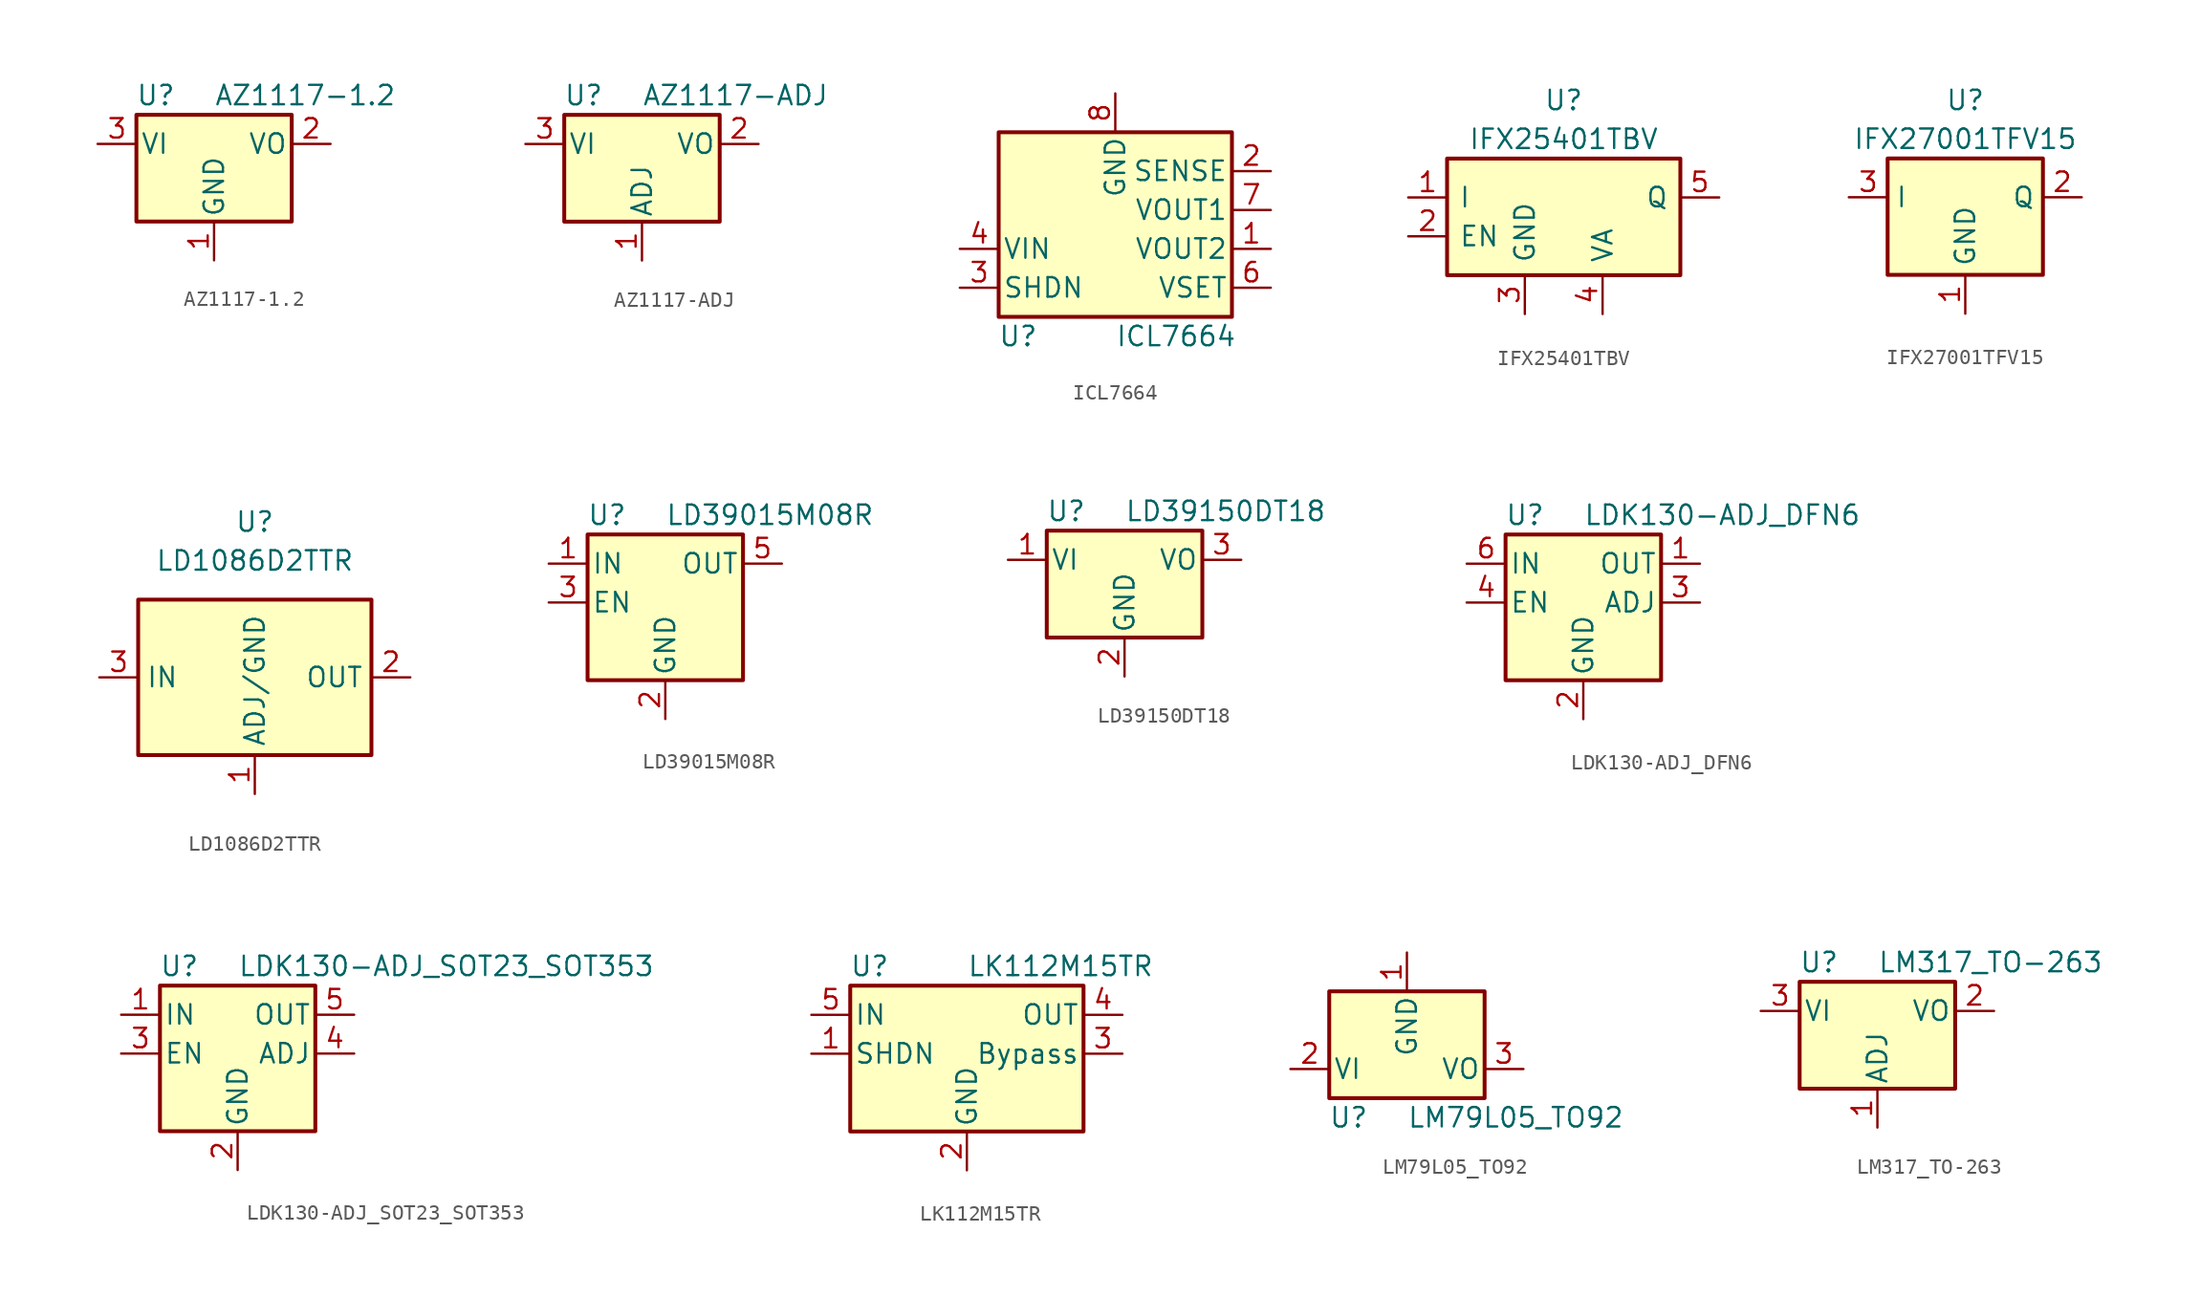
<source format=kicad_sym>
(kicad_symbol_lib
  (version 20211014)
  (generator kicad_symbol_editor)
  (symbol "AZ1117-1.2"
    (pin_names
      (offset 0.254))
    (property "Reference" "U"
      (at -3.81 3.175 0)
      (effects (font (size 1.27 1.27))))
    (property "Value" "AZ1117-1.2"
      (at 0 3.175 0)
      (effects (font (size 1.27 1.27)) (justify left)))
    (symbol "AZ1117-1.2_0_1"
      (rectangle (start -5.08 1.905) (end 5.08 -5.08) (stroke (width 0.254) (type default) (color 0 0 0 0)) (fill (type background))))
    (symbol "AZ1117-1.2_1_1"
      (pin power_in line (at 0 -7.62 90) (length 2.54) (name "GND" (effects (font (size 1.27 1.27)))) (number "1" (effects (font (size 1.27 1.27)))))
      (pin power_out line (at 7.62 0 180) (length 2.54) (name "VO" (effects (font (size 1.27 1.27)))) (number "2" (effects (font (size 1.27 1.27)))))
      (pin power_in line (at -7.62 0 0) (length 2.54) (name "VI" (effects (font (size 1.27 1.27)))) (number "3" (effects (font (size 1.27 1.27)))))))
  (symbol "AZ1117-ADJ"
    (pin_names
      (offset 0.254))
    (property "Reference" "U"
      (at -3.81 3.175 0)
      (effects (font (size 1.27 1.27))))
    (property "Value" "AZ1117-ADJ"
      (at 0 3.175 0)
      (effects (font (size 1.27 1.27)) (justify left)))
    (symbol "AZ1117-ADJ_0_1"
      (rectangle (start -5.08 1.905) (end 5.08 -5.08) (stroke (width 0.254) (type default) (color 0 0 0 0)) (fill (type background))))
    (symbol "AZ1117-ADJ_1_1"
      (pin input line (at 0 -7.62 90) (length 2.54) (name "ADJ" (effects (font (size 1.27 1.27)))) (number "1" (effects (font (size 1.27 1.27)))))
      (pin power_out line (at 7.62 0 180) (length 2.54) (name "VO" (effects (font (size 1.27 1.27)))) (number "2" (effects (font (size 1.27 1.27)))))
      (pin power_in line (at -7.62 0 0) (length 2.54) (name "VI" (effects (font (size 1.27 1.27)))) (number "3" (effects (font (size 1.27 1.27)))))))
  (symbol "ICL7664"
    (pin_names
      (offset 0.254))
    (property "Reference" "U"
      (at -6.35 -8.255 0)
      (effects (font (size 1.27 1.27))))
    (property "Value" "ICL7664"
      (at 0 -8.255 0)
      (effects (font (size 1.27 1.27)) (justify left)))
    (symbol "ICL7664_0_1"
      (rectangle (start -7.62 -6.985) (end 7.62 5.08) (stroke (width 0.254) (type default) (color 0 0 0 0)) (fill (type background))))
    (symbol "ICL7664_1_1"
      (pin power_out line (at 10.16 -2.54 180) (length 2.54) (name "VOUT2" (effects (font (size 1.27 1.27)))) (number "1" (effects (font (size 1.27 1.27)))))
      (pin input line (at 10.16 2.54 180) (length 2.54) (name "SENSE" (effects (font (size 1.27 1.27)))) (number "2" (effects (font (size 1.27 1.27)))))
      (pin input line (at -10.16 -5.08 0) (length 2.54) (name "SHDN" (effects (font (size 1.27 1.27)))) (number "3" (effects (font (size 1.27 1.27)))))
      (pin power_in line (at -10.16 -2.54 0) (length 2.54) (name "VIN" (effects (font (size 1.27 1.27)))) (number "4" (effects (font (size 1.27 1.27)))))
      (pin input line (at -10.16 -5.08 0) (length 2.54) hide (name "SHDN" (effects (font (size 1.27 1.27)))) (number "5" (effects (font (size 1.27 1.27)))))
      (pin input line (at 10.16 -5.08 180) (length 2.54) (name "VSET" (effects (font (size 1.27 1.27)))) (number "6" (effects (font (size 1.27 1.27)))))
      (pin power_out line (at 10.16 0 180) (length 2.54) (name "VOUT1" (effects (font (size 1.27 1.27)))) (number "7" (effects (font (size 1.27 1.27)))))
      (pin power_in line (at 0 7.62 270) (length 2.54) (name "GND" (effects (font (size 1.27 1.27)))) (number "8" (effects (font (size 1.27 1.27)))))))
  (symbol "IFX25401TBV"
    (pin_names
      (offset 0.762))
    (property "Reference" "U"
      (at 0 6.35 0)
      (effects (font (size 1.27 1.27))))
    (property "Value" "IFX25401TBV"
      (at 0 3.81 0)
      (effects (font (size 1.27 1.27))))
    (symbol "IFX25401TBV_0_1"
      (rectangle (start -7.62 2.54) (end 7.62 -5.08) (stroke (width 0.254) (type default) (color 0 0 0 0)) (fill (type background))))
    (symbol "IFX25401TBV_1_1"
      (pin power_in line (at -10.16 0 0) (length 2.54) (name "I" (effects (font (size 1.27 1.27)))) (number "1" (effects (font (size 1.27 1.27)))))
      (pin input line (at -10.16 -2.54 0) (length 2.54) (name "EN" (effects (font (size 1.27 1.27)))) (number "2" (effects (font (size 1.27 1.27)))))
      (pin power_in line (at -2.54 -7.62 90) (length 2.54) (name "GND" (effects (font (size 1.27 1.27)))) (number "3" (effects (font (size 1.27 1.27)))))
      (pin input line (at 2.54 -7.62 90) (length 2.54) (name "VA" (effects (font (size 1.27 1.27)))) (number "4" (effects (font (size 1.27 1.27)))))
      (pin power_out line (at 10.16 0 180) (length 2.54) (name "Q" (effects (font (size 1.27 1.27)))) (number "5" (effects (font (size 1.27 1.27)))))))
  (symbol "IFX27001TFV15"
    (property "Reference" "U"
      (at 0 6.35 0)
      (effects (font (size 1.27 1.27))))
    (property "Value" "IFX27001TFV15"
      (at 0 3.81 0)
      (effects (font (size 1.27 1.27))))
    (symbol "IFX27001TFV15_1_1"
      (rectangle (start -5.08 2.54) (end 5.08 -5.08) (stroke (width 0.254) (type default) (color 0 0 0 0)) (fill (type background)))
      (pin power_in line (at 0 -7.62 90) (length 2.54) (name "GND" (effects (font (size 1.27 1.27)))) (number "1" (effects (font (size 1.27 1.27)))))
      (pin power_out line (at 7.62 0 180) (length 2.54) (name "Q" (effects (font (size 1.27 1.27)))) (number "2" (effects (font (size 1.27 1.27)))))
      (pin power_in line (at -7.62 0 0) (length 2.54) (name "I" (effects (font (size 1.27 1.27)))) (number "3" (effects (font (size 1.27 1.27)))))))
  (symbol "LD1086D2TTR"
    (property "Reference" "U"
      (at 0 10.16 0)
      (effects (font (size 1.27 1.27))))
    (property "Value" "LD1086D2TTR"
      (at 0 7.62 0)
      (effects (font (size 1.27 1.27))))
    (symbol "LD1086D2TTR_1_1"
      (rectangle (start -7.62 -5.08) (end 7.62 5.08) (stroke (width 0.254) (type default) (color 0 0 0 0)) (fill (type background)))
      (pin input line (at 0 -7.62 90) (length 2.54) (name "ADJ/GND" (effects (font (size 1.27 1.27)))) (number "1" (effects (font (size 1.27 1.27)))))
      (pin power_out line (at 10.16 0 180) (length 2.54) (name "OUT" (effects (font (size 1.27 1.27)))) (number "2" (effects (font (size 1.27 1.27)))))
      (pin power_in line (at -10.16 0 0) (length 2.54) (name "IN" (effects (font (size 1.27 1.27)))) (number "3" (effects (font (size 1.27 1.27)))))))
  (symbol "LD39015M08R"
    (pin_names
      (offset 0.254))
    (property "Reference" "U"
      (at -3.81 5.715 0)
      (effects (font (size 1.27 1.27))))
    (property "Value" "LD39015M08R"
      (at 0 5.715 0)
      (effects (font (size 1.27 1.27)) (justify left)))
    (symbol "LD39015M08R_0_1"
      (rectangle (start -5.08 4.445) (end 5.08 -5.08) (stroke (width 0.254) (type default) (color 0 0 0 0)) (fill (type background))))
    (symbol "LD39015M08R_1_1"
      (pin power_in line (at -7.62 2.54 0) (length 2.54) (name "IN" (effects (font (size 1.27 1.27)))) (number "1" (effects (font (size 1.27 1.27)))))
      (pin power_in line (at 0 -7.62 90) (length 2.54) (name "GND" (effects (font (size 1.27 1.27)))) (number "2" (effects (font (size 1.27 1.27)))))
      (pin input line (at -7.62 0 0) (length 2.54) (name "EN" (effects (font (size 1.27 1.27)))) (number "3" (effects (font (size 1.27 1.27)))))
      (pin no_connect line (at 5.08 0 180) (length 2.54) hide (name "NC" (effects (font (size 1.27 1.27)))) (number "4" (effects (font (size 1.27 1.27)))))
      (pin power_out line (at 7.62 2.54 180) (length 2.54) (name "OUT" (effects (font (size 1.27 1.27)))) (number "5" (effects (font (size 1.27 1.27)))))))
  (symbol "LD39150DT18"
    (pin_names
      (offset 0.254))
    (property "Reference" "U"
      (at -3.81 3.175 0)
      (effects (font (size 1.27 1.27))))
    (property "Value" "LD39150DT18"
      (at 0 3.175 0)
      (effects (font (size 1.27 1.27)) (justify left)))
    (symbol "LD39150DT18_0_1"
      (rectangle (start -5.08 -5.08) (end 5.08 1.905) (stroke (width 0.254) (type default) (color 0 0 0 0)) (fill (type background))))
    (symbol "LD39150DT18_1_1"
      (pin power_in line (at -7.62 0 0) (length 2.54) (name "VI" (effects (font (size 1.27 1.27)))) (number "1" (effects (font (size 1.27 1.27)))))
      (pin power_in line (at 0 -7.62 90) (length 2.54) (name "GND" (effects (font (size 1.27 1.27)))) (number "2" (effects (font (size 1.27 1.27)))))
      (pin power_out line (at 7.62 0 180) (length 2.54) (name "VO" (effects (font (size 1.27 1.27)))) (number "3" (effects (font (size 1.27 1.27)))))))
  (symbol "LDK130-ADJ_DFN6"
    (pin_names
      (offset 0.254))
    (property "Reference" "U"
      (at -3.81 5.715 0)
      (effects (font (size 1.27 1.27))))
    (property "Value" "LDK130-ADJ_DFN6"
      (at 0 5.715 0)
      (effects (font (size 1.27 1.27)) (justify left)))
    (symbol "LDK130-ADJ_DFN6_0_1"
      (rectangle (start -5.08 4.445) (end 5.08 -5.08) (stroke (width 0.254) (type default) (color 0 0 0 0)) (fill (type background))))
    (symbol "LDK130-ADJ_DFN6_1_1"
      (pin power_out line (at 7.62 2.54 180) (length 2.54) (name "OUT" (effects (font (size 1.27 1.27)))) (number "1" (effects (font (size 1.27 1.27)))))
      (pin power_in line (at 0 -7.62 90) (length 2.54) (name "GND" (effects (font (size 1.27 1.27)))) (number "2" (effects (font (size 1.27 1.27)))))
      (pin input line (at 7.62 0 180) (length 2.54) (name "ADJ" (effects (font (size 1.27 1.27)))) (number "3" (effects (font (size 1.27 1.27)))))
      (pin input line (at -7.62 0 0) (length 2.54) (name "EN" (effects (font (size 1.27 1.27)))) (number "4" (effects (font (size 1.27 1.27)))))
      (pin no_connect line (at -7.62 -2.54 0) (length 2.54) hide (name "NC" (effects (font (size 1.27 1.27)))) (number "5" (effects (font (size 1.27 1.27)))))
      (pin power_in line (at -7.62 2.54 0) (length 2.54) (name "IN" (effects (font (size 1.27 1.27)))) (number "6" (effects (font (size 1.27 1.27)))))))
  (symbol "LDK130-ADJ_SOT23_SOT353"
    (pin_names
      (offset 0.254))
    (property "Reference" "U"
      (at -3.81 5.715 0)
      (effects (font (size 1.27 1.27))))
    (property "Value" "LDK130-ADJ_SOT23_SOT353"
      (at 0 5.715 0)
      (effects (font (size 1.27 1.27)) (justify left)))
    (symbol "LDK130-ADJ_SOT23_SOT353_0_1"
      (rectangle (start -5.08 4.445) (end 5.08 -5.08) (stroke (width 0.254) (type default) (color 0 0 0 0)) (fill (type background))))
    (symbol "LDK130-ADJ_SOT23_SOT353_1_1"
      (pin power_in line (at -7.62 2.54 0) (length 2.54) (name "IN" (effects (font (size 1.27 1.27)))) (number "1" (effects (font (size 1.27 1.27)))))
      (pin power_in line (at 0 -7.62 90) (length 2.54) (name "GND" (effects (font (size 1.27 1.27)))) (number "2" (effects (font (size 1.27 1.27)))))
      (pin input line (at -7.62 0 0) (length 2.54) (name "EN" (effects (font (size 1.27 1.27)))) (number "3" (effects (font (size 1.27 1.27)))))
      (pin input line (at 7.62 0 180) (length 2.54) (name "ADJ" (effects (font (size 1.27 1.27)))) (number "4" (effects (font (size 1.27 1.27)))))
      (pin power_out line (at 7.62 2.54 180) (length 2.54) (name "OUT" (effects (font (size 1.27 1.27)))) (number "5" (effects (font (size 1.27 1.27)))))))
  (symbol "LK112M15TR"
    (pin_names
      (offset 0.254))
    (property "Reference" "U"
      (at -6.35 5.715 0)
      (effects (font (size 1.27 1.27))))
    (property "Value" "LK112M15TR"
      (at 0 5.715 0)
      (effects (font (size 1.27 1.27)) (justify left)))
    (symbol "LK112M15TR_0_1"
      (rectangle (start -7.62 4.445) (end 7.62 -5.08) (stroke (width 0.254) (type default) (color 0 0 0 0)) (fill (type background))))
    (symbol "LK112M15TR_1_1"
      (pin input line (at -10.16 0 0) (length 2.54) (name "SHDN" (effects (font (size 1.27 1.27)))) (number "1" (effects (font (size 1.27 1.27)))))
      (pin power_in line (at 0 -7.62 90) (length 2.54) (name "GND" (effects (font (size 1.27 1.27)))) (number "2" (effects (font (size 1.27 1.27)))))
      (pin passive line (at 10.16 0 180) (length 2.54) (name "Bypass" (effects (font (size 1.27 1.27)))) (number "3" (effects (font (size 1.27 1.27)))))
      (pin power_out line (at 10.16 2.54 180) (length 2.54) (name "OUT" (effects (font (size 1.27 1.27)))) (number "4" (effects (font (size 1.27 1.27)))))
      (pin power_in line (at -10.16 2.54 0) (length 2.54) (name "IN" (effects (font (size 1.27 1.27)))) (number "5" (effects (font (size 1.27 1.27)))))))
  (symbol "LM79L05_TO92"
    (pin_names
      (offset 0.254))
    (property "Reference" "U"
      (at -3.81 -3.175 0)
      (effects (font (size 1.27 1.27))))
    (property "Value" "LM79L05_TO92"
      (at 0 -3.175 0)
      (effects (font (size 1.27 1.27)) (justify left)))
    (symbol "LM79L05_TO92_0_1"
      (rectangle (start -5.08 5.08) (end 5.08 -1.905) (stroke (width 0.254) (type default) (color 0 0 0 0)) (fill (type background))))
    (symbol "LM79L05_TO92_1_1"
      (pin power_in line (at 0 7.62 270) (length 2.54) (name "GND" (effects (font (size 1.27 1.27)))) (number "1" (effects (font (size 1.27 1.27)))))
      (pin power_in line (at -7.62 0 0) (length 2.54) (name "VI" (effects (font (size 1.27 1.27)))) (number "2" (effects (font (size 1.27 1.27)))))
      (pin power_out line (at 7.62 0 180) (length 2.54) (name "VO" (effects (font (size 1.27 1.27)))) (number "3" (effects (font (size 1.27 1.27)))))))
  (symbol "LM317_TO-263"
    (pin_names
      (offset 0.254))
    (property "Reference" "U"
      (at -3.81 3.175 0)
      (effects (font (size 1.27 1.27))))
    (property "Value" "LM317_TO-263"
      (at 0 3.175 0)
      (effects (font (size 1.27 1.27)) (justify left)))
    (symbol "LM317_TO-263_0_1"
      (rectangle (start -5.08 1.905) (end 5.08 -5.08) (stroke (width 0.254) (type default) (color 0 0 0 0)) (fill (type background))))
    (symbol "LM317_TO-263_1_1"
      (pin input line (at 0 -7.62 90) (length 2.54) (name "ADJ" (effects (font (size 1.27 1.27)))) (number "1" (effects (font (size 1.27 1.27)))))
      (pin power_out line (at 7.62 0 180) (length 2.54) (name "VO" (effects (font (size 1.27 1.27)))) (number "2" (effects (font (size 1.27 1.27)))))
      (pin power_in line (at -7.62 0 0) (length 2.54) (name "VI" (effects (font (size 1.27 1.27)))) (number "3" (effects (font (size 1.27 1.27))))))))
</source>
